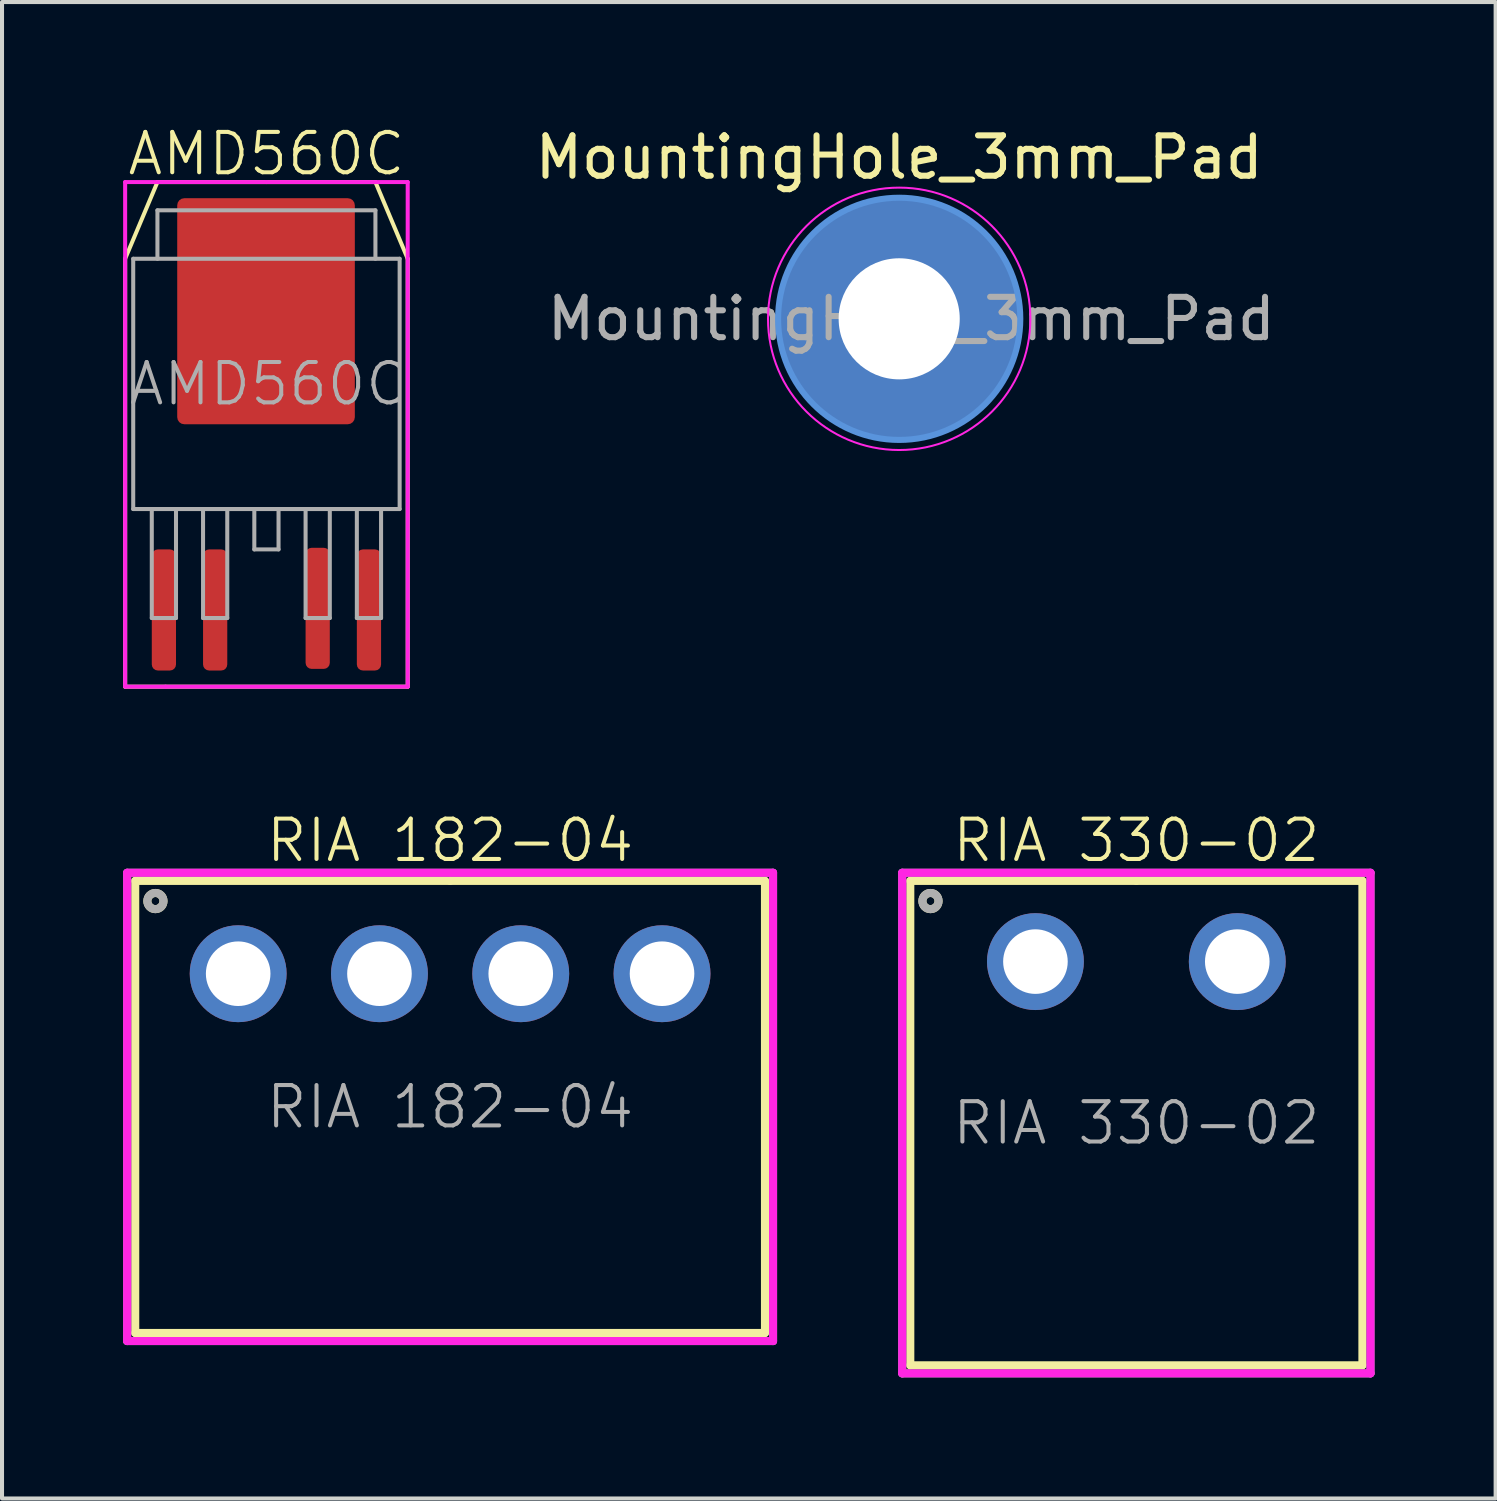
<source format=kicad_pcb>
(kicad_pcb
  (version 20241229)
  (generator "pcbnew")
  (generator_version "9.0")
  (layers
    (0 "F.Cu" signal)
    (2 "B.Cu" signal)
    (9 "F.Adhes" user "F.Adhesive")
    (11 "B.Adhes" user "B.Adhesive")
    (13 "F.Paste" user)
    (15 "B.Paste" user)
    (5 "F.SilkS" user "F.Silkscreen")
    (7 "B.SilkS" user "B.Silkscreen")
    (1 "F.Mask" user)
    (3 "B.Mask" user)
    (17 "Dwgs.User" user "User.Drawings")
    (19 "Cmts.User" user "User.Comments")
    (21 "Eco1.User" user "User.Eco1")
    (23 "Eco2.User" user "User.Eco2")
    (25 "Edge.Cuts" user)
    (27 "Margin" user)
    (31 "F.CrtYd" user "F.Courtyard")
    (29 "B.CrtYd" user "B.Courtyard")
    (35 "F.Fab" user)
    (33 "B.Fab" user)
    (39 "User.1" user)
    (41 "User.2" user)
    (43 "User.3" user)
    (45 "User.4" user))
  (footprint "MountingHole_3mm_Pad"
    (layer "F.Cu")
    (at 19.225 4.848)
    (property "Reference" "MountingHole_3mm_Pad" (at 0 -4 0) (layer "F.SilkS") (effects (font (size 1 1) (thickness 0.15))))
    (attr exclude_from_pos_files exclude_from_bom)
    (fp_circle (center 0 0) (end 3 0) (stroke (width 0.15) (type solid)) (fill no) (layer "Cmts.User"))
    (fp_circle (center 0 0) (end 3.25 0) (stroke (width 0.05) (type solid)) (fill no) (layer "F.CrtYd"))
    (fp_text user "${REFERENCE}" (at 0.3 0 0) (layer "F.Fab") (effects (font (size 1 1) (thickness 0.15))))
    (pad "1" thru_hole circle (at 0 0) (size 6 6) (drill 3) (layers "*.Cu" "*.Mask")))
  (footprint "RIA 182-04"
    (layer "F.Cu")
    (at 8.1 24.371)
    (property "Reference" "RIA 182-04" (at 0 -6.6 0) (layer "F.SilkS") (effects (font (size 1 1) (thickness 0.1))))
    (attr through_hole)
    (fp_line (start -7.8 -5.6) (end 0 -5.6) (stroke (width 0.2) (type solid)) (layer "F.SilkS"))
    (fp_line (start -7.8 5.6) (end -7.8 -5.6) (stroke (width 0.2) (type solid)) (layer "F.SilkS"))
    (fp_line (start 0 -5.6) (end 7.8 -5.6) (stroke (width 0.2) (type solid)) (layer "F.SilkS"))
    (fp_line (start 7.8 -5.6) (end 7.8 5.6) (stroke (width 0.2) (type solid)) (layer "F.SilkS"))
    (fp_line (start 7.8 5.6) (end -7.8 5.6) (stroke (width 0.2) (type solid)) (layer "F.SilkS"))
    (fp_circle (center -7.3 -5.1) (end -7.1 -5.1) (stroke (width 0.2) (type solid)) (fill no) (layer "F.SilkS"))
    (fp_line (start -8 -5.8) (end 8 -5.8) (stroke (width 0.2) (type solid)) (layer "F.CrtYd"))
    (fp_line (start -8 5.8) (end -8 -5.8) (stroke (width 0.2) (type solid)) (layer "F.CrtYd"))
    (fp_line (start 8 -5.8) (end 8 5.8) (stroke (width 0.2) (type solid)) (layer "F.CrtYd"))
    (fp_line (start 8 5.8) (end -8 5.8) (stroke (width 0.2) (type solid)) (layer "F.CrtYd"))
    (fp_line (start -8 -5.8) (end 8 -5.8) (stroke (width 0.2) (type solid)) (layer "F.Fab"))
    (fp_line (start -8 5.8) (end -8 -5.8) (stroke (width 0.2) (type solid)) (layer "F.Fab"))
    (fp_line (start 8 -5.8) (end 8 5.8) (stroke (width 0.2) (type solid)) (layer "F.Fab"))
    (fp_line (start 8 5.8) (end -8 5.8) (stroke (width 0.2) (type solid)) (layer "F.Fab"))
    (fp_circle (center -7.3 -5.1) (end -7.1 -5.1) (stroke (width 0.2) (type solid)) (fill no) (layer "F.Fab"))
    (fp_text user "${REFERENCE}" (at 0 0 0) (layer "F.Fab") (effects (font (size 1 1) (thickness 0.1))))
    (pad "1" thru_hole circle (at -5.25 -3.3) (size 2.4 2.4) (drill 1.6) (layers "*.Cu" "*.Mask"))
    (pad "2" thru_hole circle (at -1.75 -3.3) (size 2.4 2.4) (drill 1.6) (layers "*.Cu" "*.Mask"))
    (pad "3" thru_hole circle (at 1.75 -3.3) (size 2.4 2.4) (drill 1.6) (layers "*.Cu" "*.Mask"))
    (pad "4" thru_hole circle (at 5.25 -3.3) (size 2.4 2.4) (drill 1.6) (layers "*.Cu" "*.Mask")))
  (footprint "AMD560C"
    (layer "F.Cu")
    (at 3.55 6.46)
    (property "Reference" "AMD560C" (at 0 -5.7 0) (layer "F.SilkS") (effects (font (size 1 1) (thickness 0.1))))
    (attr through_hole)
    (fp_line (start -3.5 -3.1) (end -3.5 7.5) (stroke (width 0.1) (type solid)) (layer "F.SilkS"))
    (fp_line (start -3.5 7.5) (end 3.5 7.5) (stroke (width 0.1) (type solid)) (layer "F.SilkS"))
    (fp_line (start -2.7 -5) (end -3.5 -3.1) (stroke (width 0.1) (type solid)) (layer "F.SilkS"))
    (fp_line (start 2.7 -5) (end -2.7 -5) (stroke (width 0.1) (type solid)) (layer "F.SilkS"))
    (fp_line (start 3.5 -3.1) (end 2.7 -5) (stroke (width 0.1) (type solid)) (layer "F.SilkS"))
    (fp_line (start 3.5 7.5) (end 3.5 -3.1) (stroke (width 0.1) (type solid)) (layer "F.SilkS"))
    (fp_line (start -3.5 -5) (end 0 -5) (stroke (width 0.1) (type solid)) (layer "F.CrtYd"))
    (fp_line (start -3.5 7.5) (end -3.5 -5) (stroke (width 0.1) (type solid)) (layer "F.CrtYd"))
    (fp_line (start -2.5 7.5) (end -3.5 7.5) (stroke (width 0.1) (type solid)) (layer "F.CrtYd"))
    (fp_line (start 0 -5) (end 3.5 -5) (stroke (width 0.1) (type solid)) (layer "F.CrtYd"))
    (fp_line (start 3.5 -5) (end 3.5 7.5) (stroke (width 0.1) (type solid)) (layer "F.CrtYd"))
    (fp_line (start 3.5 7.5) (end -2.5 7.5) (stroke (width 0.1) (type solid)) (layer "F.CrtYd"))
    (fp_line (start -3.3 -3.1) (end 3.3 -3.1) (stroke (width 0.1) (type solid)) (layer "F.Fab"))
    (fp_line (start -3.3 3.1) (end -3.3 -3.1) (stroke (width 0.1) (type solid)) (layer "F.Fab"))
    (fp_line (start -2.84 5.8) (end -2.84 3.1) (stroke (width 0.1) (type solid)) (layer "F.Fab"))
    (fp_line (start -2.7 -4.3) (end 2.7 -4.3) (stroke (width 0.1) (type solid)) (layer "F.Fab"))
    (fp_line (start -2.7 -3.1) (end -2.7 -4.3) (stroke (width 0.1) (type solid)) (layer "F.Fab"))
    (fp_line (start -2.24 3.1) (end -2.24 5.8) (stroke (width 0.1) (type solid)) (layer "F.Fab"))
    (fp_line (start -2.24 5.8) (end -2.84 5.8) (stroke (width 0.1) (type solid)) (layer "F.Fab"))
    (fp_line (start -1.57 3.1) (end -1.57 5.8) (stroke (width 0.1) (type solid)) (layer "F.Fab"))
    (fp_line (start -1.57 5.8) (end -0.97 5.8) (stroke (width 0.1) (type solid)) (layer "F.Fab"))
    (fp_line (start -0.97 5.8) (end -0.97 3.1) (stroke (width 0.1) (type solid)) (layer "F.Fab"))
    (fp_line (start -0.3 3.1) (end -0.3 4.1) (stroke (width 0.1) (type solid)) (layer "F.Fab"))
    (fp_line (start -0.3 4.1) (end 0.3 4.1) (stroke (width 0.1) (type solid)) (layer "F.Fab"))
    (fp_line (start 0.3 4.1) (end 0.3 3.1) (stroke (width 0.1) (type solid)) (layer "F.Fab"))
    (fp_line (start 0.97 3.1) (end 0.97 5.8) (stroke (width 0.1) (type solid)) (layer "F.Fab"))
    (fp_line (start 0.97 5.8) (end 1.57 5.8) (stroke (width 0.1) (type solid)) (layer "F.Fab"))
    (fp_line (start 1.57 5.8) (end 1.57 3.1) (stroke (width 0.1) (type solid)) (layer "F.Fab"))
    (fp_line (start 2.24 3.1) (end 2.24 5.8) (stroke (width 0.1) (type solid)) (layer "F.Fab"))
    (fp_line (start 2.24 5.8) (end 2.84 5.8) (stroke (width 0.1) (type solid)) (layer "F.Fab"))
    (fp_line (start 2.7 -4.3) (end 2.7 -3.1) (stroke (width 0.1) (type solid)) (layer "F.Fab"))
    (fp_line (start 2.84 5.8) (end 2.84 3.1) (stroke (width 0.1) (type solid)) (layer "F.Fab"))
    (fp_line (start 3.3 -3.1) (end 3.3 3.1) (stroke (width 0.1) (type solid)) (layer "F.Fab"))
    (fp_line (start 3.3 3.1) (end -3.3 3.1) (stroke (width 0.1) (type solid)) (layer "F.Fab"))
    (fp_text user "${REFERENCE}" (at 0.033 0 0) (layer "F.Fab") (effects (font (size 1 1) (thickness 0.1))))
    (pad "1" smd roundrect (at -2.54 5.6) (size 0.6 3) (layers "F.Cu" "F.Mask" "F.Paste") (roundrect_rratio 0.25))
    (pad "2" smd roundrect (at -1.27 5.6) (size 0.6 3) (layers "F.Cu" "F.Mask" "F.Paste") (roundrect_rratio 0.25))
    (pad "3" smd roundrect (at -0.01 -1.8) (size 4.4 5.6) (layers "F.Cu" "F.Mask" "F.Paste") (roundrect_rratio 0.04))
    (pad "4" smd roundrect (at 1.27 5.56) (size 0.6 3) (layers "F.Cu" "F.Mask" "F.Paste") (roundrect_rratio 0.25))
    (pad "5" smd roundrect (at 2.54 5.6) (size 0.6 3) (layers "F.Cu" "F.Mask" "F.Paste") (roundrect_rratio 0.25)))
  (footprint "RIA 330-02"
    (layer "F.Cu")
    (at 25.1 24.771)
    (property "Reference" "RIA 330-02" (at 0 -7 0) (layer "F.SilkS") (effects (font (size 1 1) (thickness 0.1))))
    (attr through_hole)
    (fp_line (start -5.6 -6) (end 0 -6) (stroke (width 0.2) (type solid)) (layer "F.SilkS"))
    (fp_line (start -5.6 6) (end -5.6 -6) (stroke (width 0.2) (type solid)) (layer "F.SilkS"))
    (fp_line (start 0 -6) (end 5.6 -6) (stroke (width 0.2) (type solid)) (layer "F.SilkS"))
    (fp_line (start 5.6 -6) (end 5.6 6) (stroke (width 0.2) (type solid)) (layer "F.SilkS"))
    (fp_line (start 5.6 6) (end -5.6 6) (stroke (width 0.2) (type solid)) (layer "F.SilkS"))
    (fp_circle (center -5.1 -5.5) (end -4.9 -5.5) (stroke (width 0.2) (type solid)) (fill no) (layer "F.SilkS"))
    (fp_line (start -5.8 -6.2) (end 5.8 -6.2) (stroke (width 0.2) (type solid)) (layer "F.CrtYd"))
    (fp_line (start -5.8 6.2) (end -5.8 -6.2) (stroke (width 0.2) (type solid)) (layer "F.CrtYd"))
    (fp_line (start 5.8 -6.2) (end 5.8 6.2) (stroke (width 0.2) (type solid)) (layer "F.CrtYd"))
    (fp_line (start 5.8 6.2) (end -5.8 6.2) (stroke (width 0.2) (type solid)) (layer "F.CrtYd"))
    (fp_line (start -5.8 -6.2) (end 5.8 -6.2) (stroke (width 0.2) (type solid)) (layer "F.Fab"))
    (fp_line (start -5.8 6.2) (end -5.8 -6.2) (stroke (width 0.2) (type solid)) (layer "F.Fab"))
    (fp_line (start 5.8 -6.2) (end 5.8 6.2) (stroke (width 0.2) (type solid)) (layer "F.Fab"))
    (fp_line (start 5.8 6.2) (end -5.8 6.2) (stroke (width 0.2) (type solid)) (layer "F.Fab"))
    (fp_circle (center -5.1 -5.5) (end -4.9 -5.5) (stroke (width 0.2) (type solid)) (fill no) (layer "F.Fab"))
    (fp_text user "${REFERENCE}" (at 0 0 0) (layer "F.Fab") (effects (font (size 1 1) (thickness 0.1))))
    (pad "1" thru_hole circle (at -2.5 -4) (size 2.4 2.4) (drill 1.6) (layers "*.Cu" "*.Mask"))
    (pad "2" thru_hole circle (at 2.5 -4) (size 2.4 2.4) (drill 1.6) (layers "*.Cu" "*.Mask")))
  (gr_rect
    (start -3 -3)
    (end 34 34.071)
    (stroke (width 0.1) (type default))
    (fill no)
    (layer "Edge.Cuts")))
</source>
